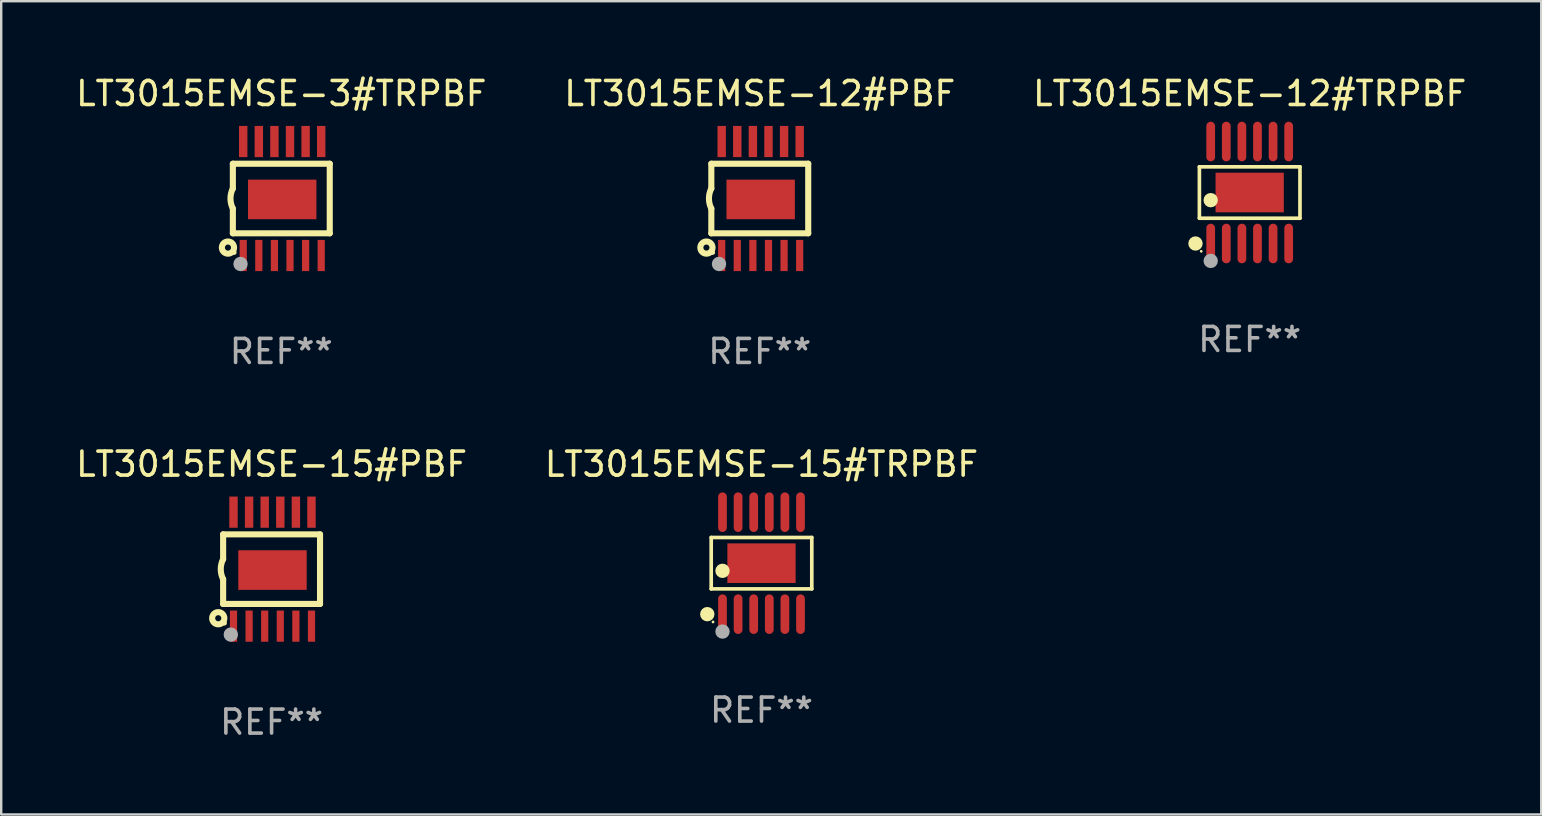
<source format=kicad_pcb>
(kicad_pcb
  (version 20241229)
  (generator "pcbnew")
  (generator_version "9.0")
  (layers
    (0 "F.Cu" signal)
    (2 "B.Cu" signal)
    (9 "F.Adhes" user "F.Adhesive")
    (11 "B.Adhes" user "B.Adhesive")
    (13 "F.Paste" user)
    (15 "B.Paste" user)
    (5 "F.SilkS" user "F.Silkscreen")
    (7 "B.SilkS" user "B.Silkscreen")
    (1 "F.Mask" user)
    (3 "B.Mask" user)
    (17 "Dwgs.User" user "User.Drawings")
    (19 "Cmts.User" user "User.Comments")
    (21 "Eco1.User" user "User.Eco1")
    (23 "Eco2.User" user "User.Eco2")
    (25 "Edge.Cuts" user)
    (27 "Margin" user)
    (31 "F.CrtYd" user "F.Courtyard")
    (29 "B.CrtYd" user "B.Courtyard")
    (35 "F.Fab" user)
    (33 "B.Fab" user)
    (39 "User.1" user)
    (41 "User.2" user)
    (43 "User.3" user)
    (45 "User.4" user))
  (footprint "LT3015EMSE-15#TRPBF"
    (layer "F.Cu")
    (at 28.685 20.42)
    (property "Reference" "LT3015EMSE-15#TRPBF" (at 0 -4.125 0) (layer "F.SilkS") (effects (font (size 1 1) (thickness 0.15))))
    (attr through_hole)
    (fp_line (start -2.096 -1.071) (end 2.096 -1.071) (stroke (width 0.152) (type solid)) (layer "F.SilkS"))
    (fp_line (start -2.096 1.071) (end -2.096 -1.071) (stroke (width 0.152) (type solid)) (layer "F.SilkS"))
    (fp_line (start 2.096 -1.071) (end 2.096 1.071) (stroke (width 0.152) (type solid)) (layer "F.SilkS"))
    (fp_line (start 2.096 1.071) (end -2.096 1.071) (stroke (width 0.152) (type solid)) (layer "F.SilkS"))
    (fp_circle (center -2.259 2.125) (end -2.109 2.125) (stroke (width 0.3) (type solid)) (fill no) (layer "F.SilkS"))
    (fp_circle (center -2.02 2.45) (end -1.99 2.45) (stroke (width 0.06) (type solid)) (fill no) (layer "F.SilkS"))
    (fp_circle (center -1.625 0.319) (end -1.475 0.319) (stroke (width 0.3) (type solid)) (fill no) (layer "F.SilkS"))
    (fp_circle (center -1.625 2.85) (end -1.475 2.85) (stroke (width 0.3) (type solid)) (fill no) (layer "F.Fab"))
    (fp_text user "REF**" (at 0 6.125 0) (layer "F.Fab") (effects (font (size 1 1) (thickness 0.15))))
    (pad "1" smd oval (at -1.625 2.125) (size 0.364 1.65) (layers "F.Cu" "F.Mask" "F.Paste"))
    (pad "2" smd oval (at -0.975 2.125) (size 0.364 1.65) (layers "F.Cu" "F.Mask" "F.Paste"))
    (pad "3" smd oval (at -0.325 2.125) (size 0.364 1.65) (layers "F.Cu" "F.Mask" "F.Paste"))
    (pad "4" smd oval (at 0.325 2.125) (size 0.364 1.65) (layers "F.Cu" "F.Mask" "F.Paste"))
    (pad "5" smd oval (at 0.975 2.125) (size 0.364 1.65) (layers "F.Cu" "F.Mask" "F.Paste"))
    (pad "6" smd oval (at 1.625 2.125) (size 0.364 1.65) (layers "F.Cu" "F.Mask" "F.Paste"))
    (pad "7" smd oval (at 1.625 -2.125) (size 0.364 1.65) (layers "F.Cu" "F.Mask" "F.Paste"))
    (pad "8" smd oval (at 0.975 -2.125) (size 0.364 1.65) (layers "F.Cu" "F.Mask" "F.Paste"))
    (pad "9" smd oval (at 0.325 -2.125) (size 0.364 1.65) (layers "F.Cu" "F.Mask" "F.Paste"))
    (pad "10" smd oval (at -0.325 -2.125) (size 0.364 1.65) (layers "F.Cu" "F.Mask" "F.Paste"))
    (pad "11" smd oval (at -0.975 -2.125) (size 0.364 1.65) (layers "F.Cu" "F.Mask" "F.Paste"))
    (pad "12" smd oval (at -1.625 -2.125) (size 0.364 1.65) (layers "F.Cu" "F.Mask" "F.Paste"))
    (pad "13" smd rect (at 0 0) (size 2.845 1.651) (layers "F.Cu" "F.Mask" "F.Paste")))
  (footprint "LT3015EMSE-3#TRPBF"
    (layer "F.Cu")
    (at 8.673 5.223)
    (property "Reference" "LT3015EMSE-3#TRPBF" (at 0 -4.375 0) (layer "F.SilkS") (effects (font (size 1 1) (thickness 0.15))))
    (attr through_hole)
    (fp_line (start -2.019 -1.45) (end -2.019 -0.419) (stroke (width 0.254) (type solid)) (layer "F.SilkS"))
    (fp_line (start -2.019 1.45) (end -2.019 0.419) (stroke (width 0.254) (type solid)) (layer "F.SilkS"))
    (fp_line (start -2.019 1.45) (end 2.019 1.45) (stroke (width 0.254) (type solid)) (layer "F.SilkS"))
    (fp_line (start 2.019 -1.45) (end -2.019 -1.45) (stroke (width 0.254) (type solid)) (layer "F.SilkS"))
    (fp_line (start 2.019 -1.45) (end 2.019 1.45) (stroke (width 0.254) (type solid)) (layer "F.SilkS"))
    (fp_arc (start -2.019304 0.419101) (mid -2.11824 0) (end -2.019304 -0.419101) (stroke (width 0.254001) (type solid)) (layer "F.SilkS"))
    (fp_circle (center -2.223 2.045) (end -1.969 2.045) (stroke (width 0.254) (type solid)) (fill no) (layer "F.SilkS"))
    (fp_circle (center -1.962 2.25) (end -1.912 2.25) (stroke (width 0.1) (type solid)) (fill no) (layer "F.SilkS"))
    (fp_circle (center -1.699 2.728) (end -1.549 2.728) (stroke (width 0.3) (type solid)) (fill no) (layer "F.Fab"))
    (fp_text user "REF**" (at 0 6.375 0) (layer "F.Fab") (effects (font (size 1 1) (thickness 0.15))))
    (pad "1" smd rect (at -1.587 2.375) (size 0.3 1.3) (layers "F.Cu" "F.Mask" "F.Paste"))
    (pad "2" smd rect (at -0.937 2.375) (size 0.3 1.3) (layers "F.Cu" "F.Mask" "F.Paste"))
    (pad "3" smd rect (at -0.287 2.375) (size 0.3 1.3) (layers "F.Cu" "F.Mask" "F.Paste"))
    (pad "4" smd rect (at 0.363 2.375) (size 0.3 1.3) (layers "F.Cu" "F.Mask" "F.Paste"))
    (pad "5" smd rect (at 1.013 2.375) (size 0.3 1.3) (layers "F.Cu" "F.Mask" "F.Paste"))
    (pad "6" smd rect (at 1.663 2.375) (size 0.3 1.3) (layers "F.Cu" "F.Mask" "F.Paste"))
    (pad "7" smd rect (at 1.663 -2.375) (size 0.35 1.3) (layers "F.Cu" "F.Mask" "F.Paste"))
    (pad "8" smd rect (at 1.013 -2.375) (size 0.35 1.3) (layers "F.Cu" "F.Mask" "F.Paste"))
    (pad "9" smd rect (at 0.363 -2.375) (size 0.35 1.3) (layers "F.Cu" "F.Mask" "F.Paste"))
    (pad "10" smd rect (at -0.287 -2.375) (size 0.35 1.3) (layers "F.Cu" "F.Mask" "F.Paste"))
    (pad "11" smd rect (at -0.937 -2.375) (size 0.35 1.3) (layers "F.Cu" "F.Mask" "F.Paste"))
    (pad "12" smd rect (at -1.587 -2.375) (size 0.35 1.3) (layers "F.Cu" "F.Mask" "F.Paste"))
    (pad "13" smd rect (at 0.038 0.038) (size 2.85 1.65) (layers "F.Cu" "F.Mask" "F.Paste")))
  (footprint "LT3015EMSE-12#TRPBF"
    (layer "F.Cu")
    (at 49.03 4.973)
    (property "Reference" "LT3015EMSE-12#TRPBF" (at 0 -4.125 0) (layer "F.SilkS") (effects (font (size 1 1) (thickness 0.15))))
    (attr through_hole)
    (fp_line (start -2.096 -1.071) (end 2.096 -1.071) (stroke (width 0.152) (type solid)) (layer "F.SilkS"))
    (fp_line (start -2.096 1.071) (end -2.096 -1.071) (stroke (width 0.152) (type solid)) (layer "F.SilkS"))
    (fp_line (start 2.096 -1.071) (end 2.096 1.071) (stroke (width 0.152) (type solid)) (layer "F.SilkS"))
    (fp_line (start 2.096 1.071) (end -2.096 1.071) (stroke (width 0.152) (type solid)) (layer "F.SilkS"))
    (fp_circle (center -2.259 2.125) (end -2.109 2.125) (stroke (width 0.3) (type solid)) (fill no) (layer "F.SilkS"))
    (fp_circle (center -2.02 2.45) (end -1.99 2.45) (stroke (width 0.06) (type solid)) (fill no) (layer "F.SilkS"))
    (fp_circle (center -1.625 0.319) (end -1.475 0.319) (stroke (width 0.3) (type solid)) (fill no) (layer "F.SilkS"))
    (fp_circle (center -1.625 2.85) (end -1.475 2.85) (stroke (width 0.3) (type solid)) (fill no) (layer "F.Fab"))
    (fp_text user "REF**" (at 0 6.125 0) (layer "F.Fab") (effects (font (size 1 1) (thickness 0.15))))
    (pad "1" smd oval (at -1.625 2.125) (size 0.364 1.65) (layers "F.Cu" "F.Mask" "F.Paste"))
    (pad "2" smd oval (at -0.975 2.125) (size 0.364 1.65) (layers "F.Cu" "F.Mask" "F.Paste"))
    (pad "3" smd oval (at -0.325 2.125) (size 0.364 1.65) (layers "F.Cu" "F.Mask" "F.Paste"))
    (pad "4" smd oval (at 0.325 2.125) (size 0.364 1.65) (layers "F.Cu" "F.Mask" "F.Paste"))
    (pad "5" smd oval (at 0.975 2.125) (size 0.364 1.65) (layers "F.Cu" "F.Mask" "F.Paste"))
    (pad "6" smd oval (at 1.625 2.125) (size 0.364 1.65) (layers "F.Cu" "F.Mask" "F.Paste"))
    (pad "7" smd oval (at 1.625 -2.125) (size 0.364 1.65) (layers "F.Cu" "F.Mask" "F.Paste"))
    (pad "8" smd oval (at 0.975 -2.125) (size 0.364 1.65) (layers "F.Cu" "F.Mask" "F.Paste"))
    (pad "9" smd oval (at 0.325 -2.125) (size 0.364 1.65) (layers "F.Cu" "F.Mask" "F.Paste"))
    (pad "10" smd oval (at -0.325 -2.125) (size 0.364 1.65) (layers "F.Cu" "F.Mask" "F.Paste"))
    (pad "11" smd oval (at -0.975 -2.125) (size 0.364 1.65) (layers "F.Cu" "F.Mask" "F.Paste"))
    (pad "12" smd oval (at -1.625 -2.125) (size 0.364 1.65) (layers "F.Cu" "F.Mask" "F.Paste"))
    (pad "13" smd rect (at 0 0) (size 2.845 1.651) (layers "F.Cu" "F.Mask" "F.Paste")))
  (footprint "LT3015EMSE-12#PBF"
    (layer "F.Cu")
    (at 28.613 5.223)
    (property "Reference" "LT3015EMSE-12#PBF" (at 0 -4.375 0) (layer "F.SilkS") (effects (font (size 1 1) (thickness 0.15))))
    (attr through_hole)
    (fp_line (start -2.019 -1.45) (end -2.019 -0.419) (stroke (width 0.254) (type solid)) (layer "F.SilkS"))
    (fp_line (start -2.019 1.45) (end -2.019 0.419) (stroke (width 0.254) (type solid)) (layer "F.SilkS"))
    (fp_line (start -2.019 1.45) (end 2.019 1.45) (stroke (width 0.254) (type solid)) (layer "F.SilkS"))
    (fp_line (start 2.019 -1.45) (end -2.019 -1.45) (stroke (width 0.254) (type solid)) (layer "F.SilkS"))
    (fp_line (start 2.019 -1.45) (end 2.019 1.45) (stroke (width 0.254) (type solid)) (layer "F.SilkS"))
    (fp_arc (start -2.019304 0.419101) (mid -2.11824 0) (end -2.019304 -0.419101) (stroke (width 0.254001) (type solid)) (layer "F.SilkS"))
    (fp_circle (center -2.223 2.045) (end -1.969 2.045) (stroke (width 0.254) (type solid)) (fill no) (layer "F.SilkS"))
    (fp_circle (center -1.962 2.25) (end -1.912 2.25) (stroke (width 0.1) (type solid)) (fill no) (layer "F.SilkS"))
    (fp_circle (center -1.699 2.728) (end -1.549 2.728) (stroke (width 0.3) (type solid)) (fill no) (layer "F.Fab"))
    (fp_text user "REF**" (at 0 6.375 0) (layer "F.Fab") (effects (font (size 1 1) (thickness 0.15))))
    (pad "1" smd rect (at -1.587 2.375) (size 0.3 1.3) (layers "F.Cu" "F.Mask" "F.Paste"))
    (pad "2" smd rect (at -0.937 2.375) (size 0.3 1.3) (layers "F.Cu" "F.Mask" "F.Paste"))
    (pad "3" smd rect (at -0.287 2.375) (size 0.3 1.3) (layers "F.Cu" "F.Mask" "F.Paste"))
    (pad "4" smd rect (at 0.363 2.375) (size 0.3 1.3) (layers "F.Cu" "F.Mask" "F.Paste"))
    (pad "5" smd rect (at 1.013 2.375) (size 0.3 1.3) (layers "F.Cu" "F.Mask" "F.Paste"))
    (pad "6" smd rect (at 1.663 2.375) (size 0.3 1.3) (layers "F.Cu" "F.Mask" "F.Paste"))
    (pad "7" smd rect (at 1.663 -2.375) (size 0.35 1.3) (layers "F.Cu" "F.Mask" "F.Paste"))
    (pad "8" smd rect (at 1.013 -2.375) (size 0.35 1.3) (layers "F.Cu" "F.Mask" "F.Paste"))
    (pad "9" smd rect (at 0.363 -2.375) (size 0.35 1.3) (layers "F.Cu" "F.Mask" "F.Paste"))
    (pad "10" smd rect (at -0.287 -2.375) (size 0.35 1.3) (layers "F.Cu" "F.Mask" "F.Paste"))
    (pad "11" smd rect (at -0.937 -2.375) (size 0.35 1.3) (layers "F.Cu" "F.Mask" "F.Paste"))
    (pad "12" smd rect (at -1.587 -2.375) (size 0.35 1.3) (layers "F.Cu" "F.Mask" "F.Paste"))
    (pad "13" smd rect (at 0.038 0.038) (size 2.85 1.65) (layers "F.Cu" "F.Mask" "F.Paste")))
  (footprint "LT3015EMSE-15#PBF"
    (layer "F.Cu")
    (at 8.268 20.669)
    (property "Reference" "LT3015EMSE-15#PBF" (at 0 -4.375 0) (layer "F.SilkS") (effects (font (size 1 1) (thickness 0.15))))
    (attr through_hole)
    (fp_line (start -2.019 -1.45) (end -2.019 -0.419) (stroke (width 0.254) (type solid)) (layer "F.SilkS"))
    (fp_line (start -2.019 1.45) (end -2.019 0.419) (stroke (width 0.254) (type solid)) (layer "F.SilkS"))
    (fp_line (start -2.019 1.45) (end 2.019 1.45) (stroke (width 0.254) (type solid)) (layer "F.SilkS"))
    (fp_line (start 2.019 -1.45) (end -2.019 -1.45) (stroke (width 0.254) (type solid)) (layer "F.SilkS"))
    (fp_line (start 2.019 -1.45) (end 2.019 1.45) (stroke (width 0.254) (type solid)) (layer "F.SilkS"))
    (fp_arc (start -2.019304 0.419101) (mid -2.11824 0) (end -2.019304 -0.419101) (stroke (width 0.254001) (type solid)) (layer "F.SilkS"))
    (fp_circle (center -2.223 2.045) (end -1.969 2.045) (stroke (width 0.254) (type solid)) (fill no) (layer "F.SilkS"))
    (fp_circle (center -1.962 2.25) (end -1.912 2.25) (stroke (width 0.1) (type solid)) (fill no) (layer "F.SilkS"))
    (fp_circle (center -1.699 2.728) (end -1.549 2.728) (stroke (width 0.3) (type solid)) (fill no) (layer "F.Fab"))
    (fp_text user "REF**" (at 0 6.375 0) (layer "F.Fab") (effects (font (size 1 1) (thickness 0.15))))
    (pad "1" smd rect (at -1.587 2.375) (size 0.3 1.3) (layers "F.Cu" "F.Mask" "F.Paste"))
    (pad "2" smd rect (at -0.937 2.375) (size 0.3 1.3) (layers "F.Cu" "F.Mask" "F.Paste"))
    (pad "3" smd rect (at -0.287 2.375) (size 0.3 1.3) (layers "F.Cu" "F.Mask" "F.Paste"))
    (pad "4" smd rect (at 0.363 2.375) (size 0.3 1.3) (layers "F.Cu" "F.Mask" "F.Paste"))
    (pad "5" smd rect (at 1.013 2.375) (size 0.3 1.3) (layers "F.Cu" "F.Mask" "F.Paste"))
    (pad "6" smd rect (at 1.663 2.375) (size 0.3 1.3) (layers "F.Cu" "F.Mask" "F.Paste"))
    (pad "7" smd rect (at 1.663 -2.375) (size 0.35 1.3) (layers "F.Cu" "F.Mask" "F.Paste"))
    (pad "8" smd rect (at 1.013 -2.375) (size 0.35 1.3) (layers "F.Cu" "F.Mask" "F.Paste"))
    (pad "9" smd rect (at 0.363 -2.375) (size 0.35 1.3) (layers "F.Cu" "F.Mask" "F.Paste"))
    (pad "10" smd rect (at -0.287 -2.375) (size 0.35 1.3) (layers "F.Cu" "F.Mask" "F.Paste"))
    (pad "11" smd rect (at -0.937 -2.375) (size 0.35 1.3) (layers "F.Cu" "F.Mask" "F.Paste"))
    (pad "12" smd rect (at -1.587 -2.375) (size 0.35 1.3) (layers "F.Cu" "F.Mask" "F.Paste"))
    (pad "13" smd rect (at 0.038 0.038) (size 2.85 1.65) (layers "F.Cu" "F.Mask" "F.Paste")))
  (gr_rect
    (start -3 -3)
    (end 61.179 30.893)
    (stroke (width 0.1) (type default))
    (fill no)
    (layer "Edge.Cuts")))
</source>
